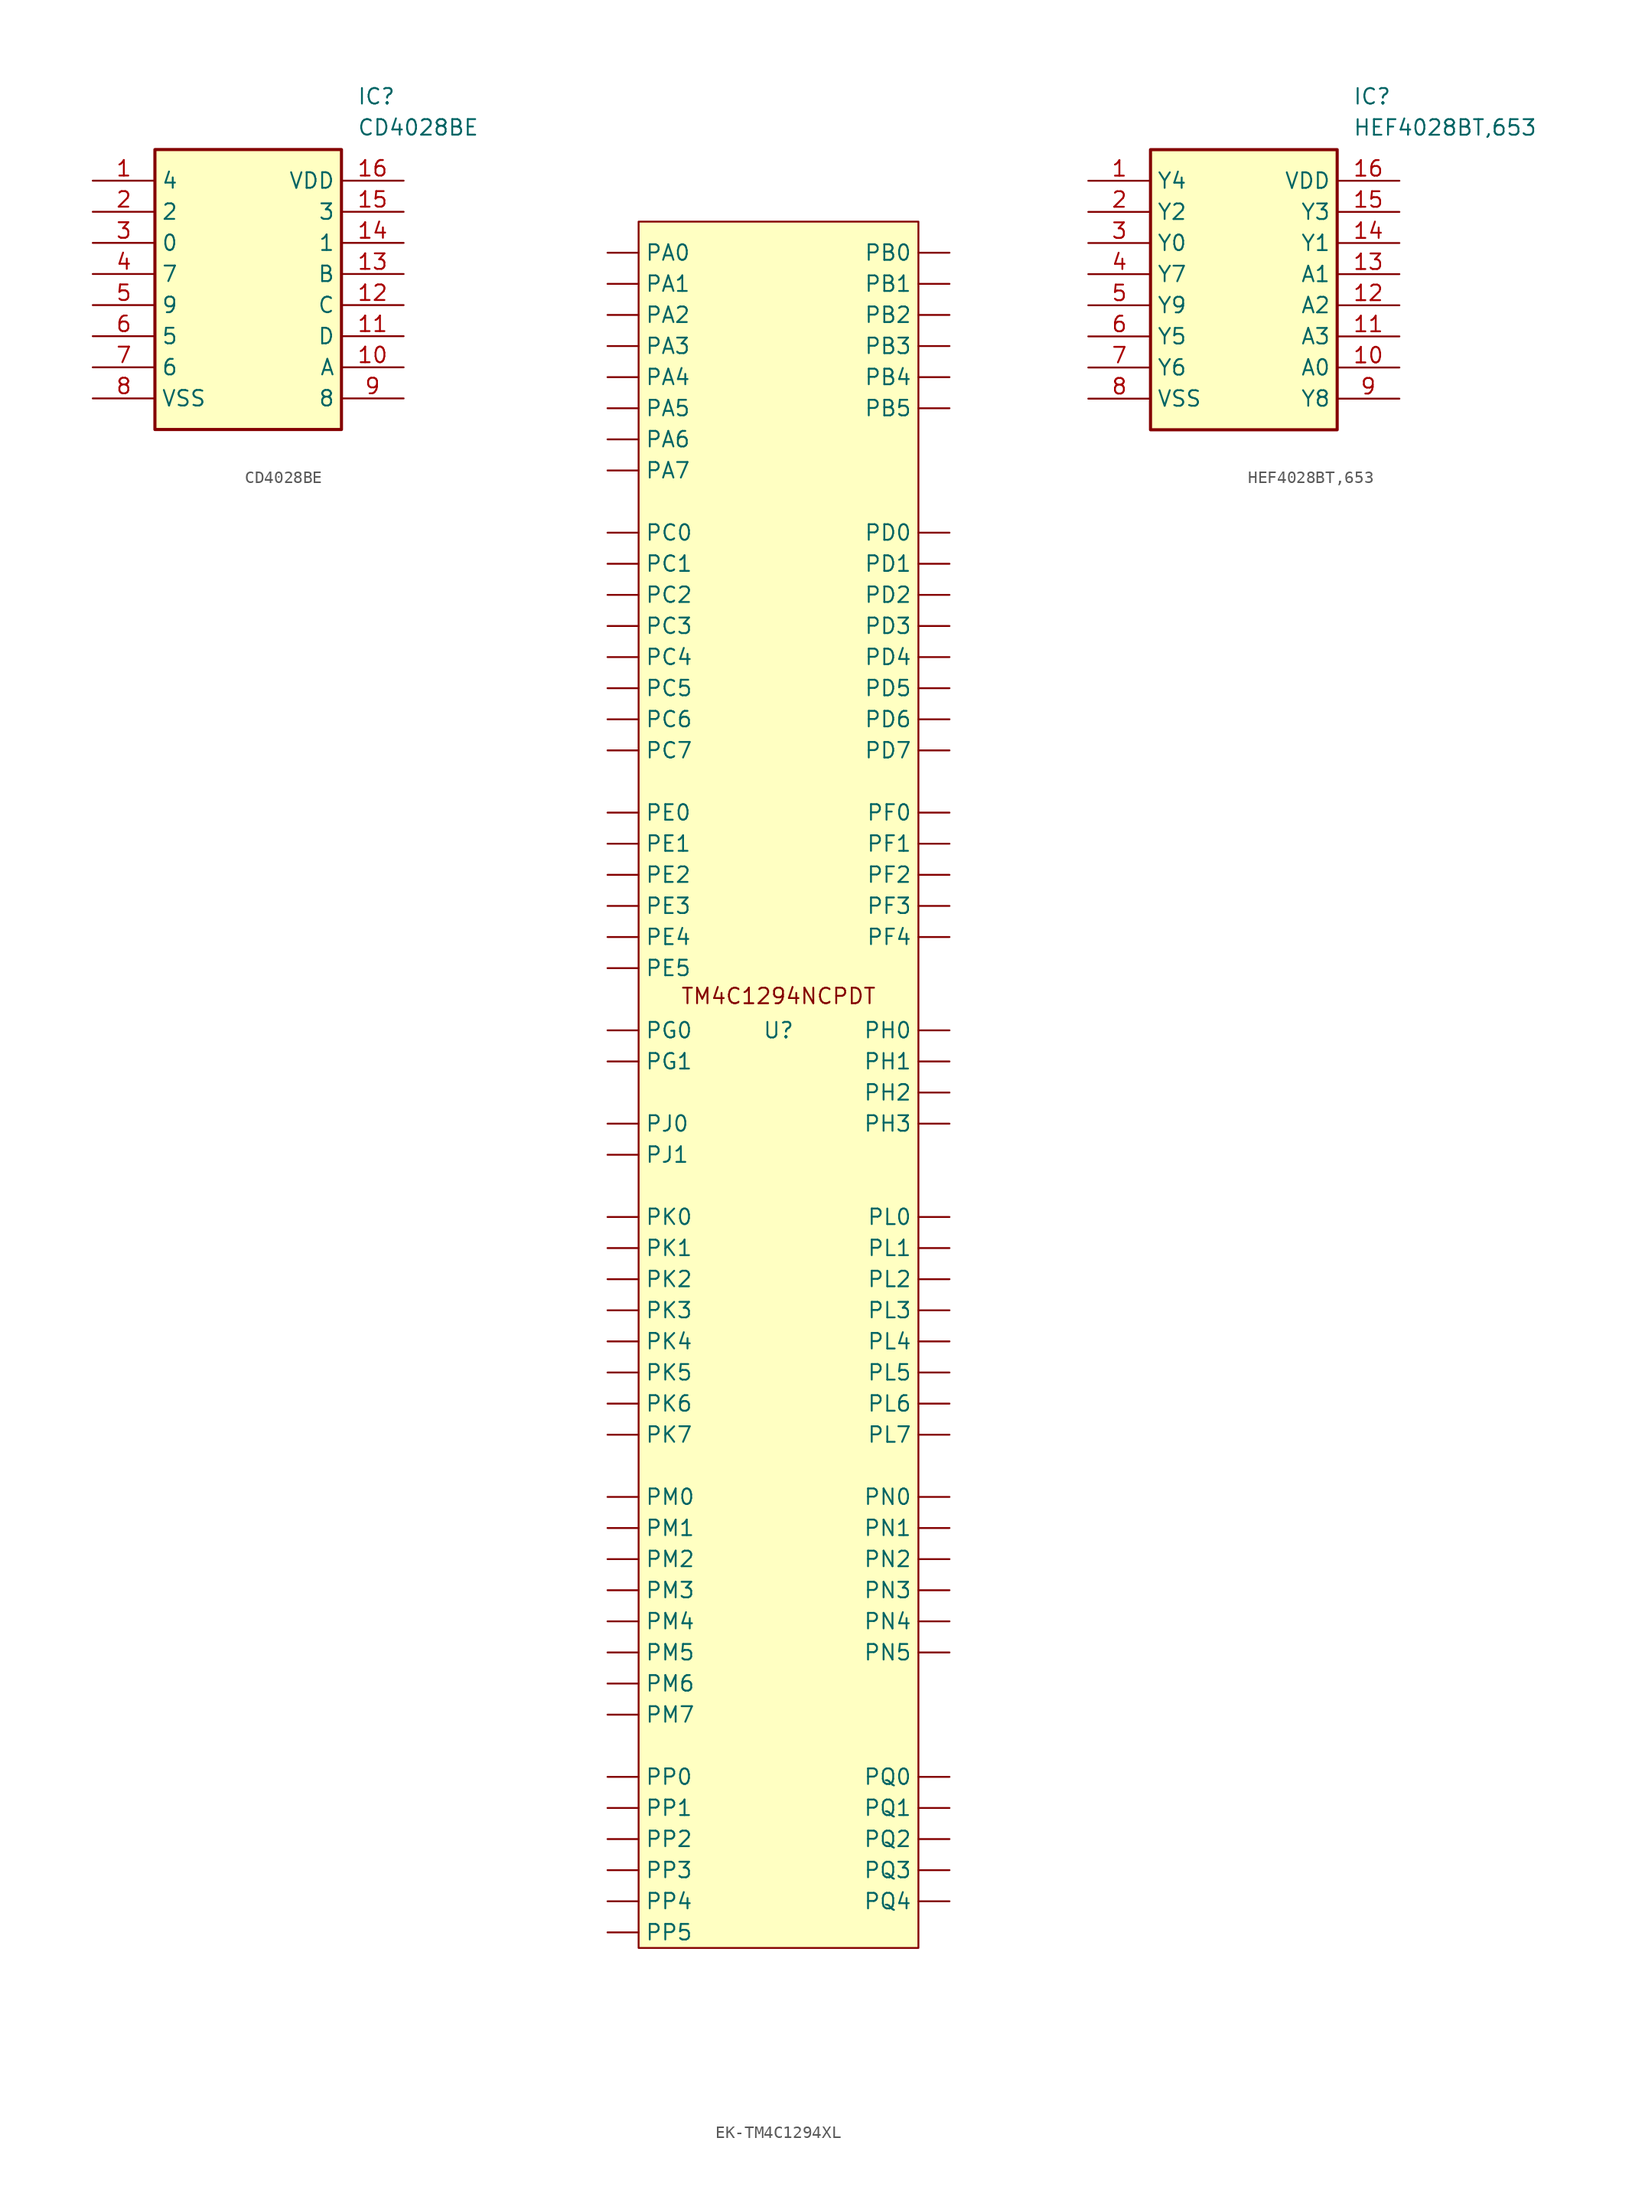
<source format=kicad_sym>
(kicad_symbol_lib
  (version 20231120)
  (generator "kicad_symbol_editor")
  (generator_version "8.0")
  (symbol "CD4028BE"
    (property "Reference" "IC"
      (at 21.59 7.62 0)
      (effects (font (size 1.27 1.27)) (justify left top)))
    (property "Value" "CD4028BE"
      (at 21.59 5.08 0)
      (effects (font (size 1.27 1.27)) (justify left top)))
    (symbol "CD4028BE_1_1"
      (rectangle (start 5.08 2.54) (end 20.32 -20.32) (stroke (width 0.254) (type default)) (fill (type background)))
      (pin passive line (at 0 0 0) (length 5.08) (name "4" (effects (font (size 1.27 1.27)))) (number "1" (effects (font (size 1.27 1.27)))))
      (pin passive line (at 25.4 -15.24 180) (length 5.08) (name "A" (effects (font (size 1.27 1.27)))) (number "10" (effects (font (size 1.27 1.27)))))
      (pin passive line (at 25.4 -12.7 180) (length 5.08) (name "D" (effects (font (size 1.27 1.27)))) (number "11" (effects (font (size 1.27 1.27)))))
      (pin passive line (at 25.4 -10.16 180) (length 5.08) (name "C" (effects (font (size 1.27 1.27)))) (number "12" (effects (font (size 1.27 1.27)))))
      (pin passive line (at 25.4 -7.62 180) (length 5.08) (name "B" (effects (font (size 1.27 1.27)))) (number "13" (effects (font (size 1.27 1.27)))))
      (pin passive line (at 25.4 -5.08 180) (length 5.08) (name "1" (effects (font (size 1.27 1.27)))) (number "14" (effects (font (size 1.27 1.27)))))
      (pin passive line (at 25.4 -2.54 180) (length 5.08) (name "3" (effects (font (size 1.27 1.27)))) (number "15" (effects (font (size 1.27 1.27)))))
      (pin passive line (at 25.4 0 180) (length 5.08) (name "VDD" (effects (font (size 1.27 1.27)))) (number "16" (effects (font (size 1.27 1.27)))))
      (pin passive line (at 0 -2.54 0) (length 5.08) (name "2" (effects (font (size 1.27 1.27)))) (number "2" (effects (font (size 1.27 1.27)))))
      (pin passive line (at 0 -5.08 0) (length 5.08) (name "0" (effects (font (size 1.27 1.27)))) (number "3" (effects (font (size 1.27 1.27)))))
      (pin passive line (at 0 -7.62 0) (length 5.08) (name "7" (effects (font (size 1.27 1.27)))) (number "4" (effects (font (size 1.27 1.27)))))
      (pin passive line (at 0 -10.16 0) (length 5.08) (name "9" (effects (font (size 1.27 1.27)))) (number "5" (effects (font (size 1.27 1.27)))))
      (pin passive line (at 0 -12.7 0) (length 5.08) (name "5" (effects (font (size 1.27 1.27)))) (number "6" (effects (font (size 1.27 1.27)))))
      (pin passive line (at 0 -15.24 0) (length 5.08) (name "6" (effects (font (size 1.27 1.27)))) (number "7" (effects (font (size 1.27 1.27)))))
      (pin passive line (at 0 -17.78 0) (length 5.08) (name "VSS" (effects (font (size 1.27 1.27)))) (number "8" (effects (font (size 1.27 1.27)))))
      (pin passive line (at 25.4 -17.78 180) (length 5.08) (name "8" (effects (font (size 1.27 1.27)))) (number "9" (effects (font (size 1.27 1.27)))))))
  (symbol "EK-TM4C1294XL"
    (pin_numbers hide)
    (property "Reference" "U"
      (at 0 -2.54 0)
      (effects (font (size 1.27 1.27))))
    (property "Value" ""
      (at 1.27 0 0)
      (effects (font (size 1.27 1.27))))
    (symbol "EK-TM4C1294XL_1_1"
      (rectangle (start -11.43 63.5) (end 11.43 -77.47) (stroke (width 0) (type default)) (fill (type background)))
      (text "TM4C1294NCPDT" (at 0 0.254 0) (effects (font (size 1.27 1.27))))
      (pin bidirectional line (at 13.97 38.1 180) (length 2.54) (name "PD0" (effects (font (size 1.27 1.27)))) (number "1" (effects (font (size 1.27 1.27)))))
      (pin bidirectional line (at -13.97 38.1 0) (length 2.54) (name "PC0" (effects (font (size 1.27 1.27)))) (number "100" (effects (font (size 1.27 1.27)))))
      (pin bidirectional line (at 13.97 -73.66 180) (length 2.54) (name "PQ4" (effects (font (size 1.27 1.27)))) (number "102" (effects (font (size 1.27 1.27)))))
      (pin bidirectional line (at -13.97 -68.58 0) (length 2.54) (name "PP2" (effects (font (size 1.27 1.27)))) (number "103" (effects (font (size 1.27 1.27)))))
      (pin bidirectional line (at -13.97 -71.12 0) (length 2.54) (name "PP3" (effects (font (size 1.27 1.27)))) (number "104" (effects (font (size 1.27 1.27)))))
      (pin bidirectional line (at -13.97 -73.66 0) (length 2.54) (name "PP4" (effects (font (size 1.27 1.27)))) (number "105" (effects (font (size 1.27 1.27)))))
      (pin bidirectional line (at -13.97 -76.2 0) (length 2.54) (name "PP5" (effects (font (size 1.27 1.27)))) (number "106" (effects (font (size 1.27 1.27)))))
      (pin bidirectional line (at 13.97 -40.64 180) (length 2.54) (name "PN0" (effects (font (size 1.27 1.27)))) (number "107" (effects (font (size 1.27 1.27)))))
      (pin bidirectional line (at 13.97 -43.18 180) (length 2.54) (name "PN1" (effects (font (size 1.27 1.27)))) (number "108" (effects (font (size 1.27 1.27)))))
      (pin bidirectional line (at 13.97 -45.72 180) (length 2.54) (name "PN2" (effects (font (size 1.27 1.27)))) (number "109" (effects (font (size 1.27 1.27)))))
      (pin bidirectional line (at 13.97 -68.58 180) (length 2.54) (name "PQ2" (effects (font (size 1.27 1.27)))) (number "11" (effects (font (size 1.27 1.27)))))
      (pin bidirectional line (at 13.97 -48.26 180) (length 2.54) (name "PN3" (effects (font (size 1.27 1.27)))) (number "110" (effects (font (size 1.27 1.27)))))
      (pin bidirectional line (at 13.97 -50.8 180) (length 2.54) (name "PN4" (effects (font (size 1.27 1.27)))) (number "111" (effects (font (size 1.27 1.27)))))
      (pin bidirectional line (at 13.97 -53.34 180) (length 2.54) (name "PN5" (effects (font (size 1.27 1.27)))) (number "112" (effects (font (size 1.27 1.27)))))
      (pin bidirectional line (at -13.97 -10.16 0) (length 2.54) (name "PJ0" (effects (font (size 1.27 1.27)))) (number "116" (effects (font (size 1.27 1.27)))))
      (pin bidirectional line (at -13.97 -12.7 0) (length 2.54) (name "PJ1" (effects (font (size 1.27 1.27)))) (number "117" (effects (font (size 1.27 1.27)))))
      (pin bidirectional line (at -13.97 -63.5 0) (length 2.54) (name "PP0" (effects (font (size 1.27 1.27)))) (number "118" (effects (font (size 1.27 1.27)))))
      (pin bidirectional line (at -13.97 -66.04 0) (length 2.54) (name "PP1" (effects (font (size 1.27 1.27)))) (number "119" (effects (font (size 1.27 1.27)))))
      (pin bidirectional line (at -13.97 7.62 0) (length 2.54) (name "PE3" (effects (font (size 1.27 1.27)))) (number "12" (effects (font (size 1.27 1.27)))))
      (pin bidirectional line (at 13.97 48.26 180) (length 2.54) (name "PB5" (effects (font (size 1.27 1.27)))) (number "120" (effects (font (size 1.27 1.27)))))
      (pin bidirectional line (at 13.97 50.8 180) (length 2.54) (name "PB4" (effects (font (size 1.27 1.27)))) (number "121" (effects (font (size 1.27 1.27)))))
      (pin bidirectional line (at -13.97 5.08 0) (length 2.54) (name "PE4" (effects (font (size 1.27 1.27)))) (number "123" (effects (font (size 1.27 1.27)))))
      (pin bidirectional line (at -13.97 2.54 0) (length 2.54) (name "PE5" (effects (font (size 1.27 1.27)))) (number "124" (effects (font (size 1.27 1.27)))))
      (pin bidirectional line (at 13.97 27.94 180) (length 2.54) (name "PD4" (effects (font (size 1.27 1.27)))) (number "125" (effects (font (size 1.27 1.27)))))
      (pin bidirectional line (at 13.97 25.4 180) (length 2.54) (name "PD5" (effects (font (size 1.27 1.27)))) (number "126" (effects (font (size 1.27 1.27)))))
      (pin bidirectional line (at 13.97 22.86 180) (length 2.54) (name "PD6" (effects (font (size 1.27 1.27)))) (number "127" (effects (font (size 1.27 1.27)))))
      (pin bidirectional line (at 13.97 20.32 180) (length 2.54) (name "PD7" (effects (font (size 1.27 1.27)))) (number "128" (effects (font (size 1.27 1.27)))))
      (pin bidirectional line (at -13.97 10.16 0) (length 2.54) (name "PE2" (effects (font (size 1.27 1.27)))) (number "13" (effects (font (size 1.27 1.27)))))
      (pin bidirectional line (at -13.97 12.7 0) (length 2.54) (name "PE1" (effects (font (size 1.27 1.27)))) (number "14" (effects (font (size 1.27 1.27)))))
      (pin bidirectional line (at -13.97 15.24 0) (length 2.54) (name "PE0" (effects (font (size 1.27 1.27)))) (number "15" (effects (font (size 1.27 1.27)))))
      (pin bidirectional line (at -13.97 -17.78 0) (length 2.54) (name "PK0" (effects (font (size 1.27 1.27)))) (number "18" (effects (font (size 1.27 1.27)))))
      (pin bidirectional line (at -13.97 -20.32 0) (length 2.54) (name "PK1" (effects (font (size 1.27 1.27)))) (number "19" (effects (font (size 1.27 1.27)))))
      (pin bidirectional line (at 13.97 35.56 180) (length 2.54) (name "PD1" (effects (font (size 1.27 1.27)))) (number "2" (effects (font (size 1.27 1.27)))))
      (pin bidirectional line (at -13.97 -22.86 0) (length 2.54) (name "PK2" (effects (font (size 1.27 1.27)))) (number "20" (effects (font (size 1.27 1.27)))))
      (pin bidirectional line (at -13.97 -25.4 0) (length 2.54) (name "PK3" (effects (font (size 1.27 1.27)))) (number "21" (effects (font (size 1.27 1.27)))))
      (pin bidirectional line (at -13.97 20.32 0) (length 2.54) (name "PC7" (effects (font (size 1.27 1.27)))) (number "22" (effects (font (size 1.27 1.27)))))
      (pin bidirectional line (at -13.97 22.86 0) (length 2.54) (name "PC6" (effects (font (size 1.27 1.27)))) (number "23" (effects (font (size 1.27 1.27)))))
      (pin bidirectional line (at -13.97 25.4 0) (length 2.54) (name "PC5" (effects (font (size 1.27 1.27)))) (number "24" (effects (font (size 1.27 1.27)))))
      (pin bidirectional line (at -13.97 27.94 0) (length 2.54) (name "PC4" (effects (font (size 1.27 1.27)))) (number "25" (effects (font (size 1.27 1.27)))))
      (pin bidirectional line (at 13.97 -71.12 180) (length 2.54) (name "PQ3" (effects (font (size 1.27 1.27)))) (number "27" (effects (font (size 1.27 1.27)))))
      (pin bidirectional line (at 13.97 -2.54 180) (length 2.54) (name "PH0" (effects (font (size 1.27 1.27)))) (number "29" (effects (font (size 1.27 1.27)))))
      (pin bidirectional line (at 13.97 33.02 180) (length 2.54) (name "PD2" (effects (font (size 1.27 1.27)))) (number "3" (effects (font (size 1.27 1.27)))))
      (pin bidirectional line (at 13.97 -5.08 180) (length 2.54) (name "PH1" (effects (font (size 1.27 1.27)))) (number "30" (effects (font (size 1.27 1.27)))))
      (pin bidirectional line (at 13.97 -7.62 180) (length 2.54) (name "PH2" (effects (font (size 1.27 1.27)))) (number "31" (effects (font (size 1.27 1.27)))))
      (pin bidirectional line (at 13.97 -10.16 180) (length 2.54) (name "PH3" (effects (font (size 1.27 1.27)))) (number "32" (effects (font (size 1.27 1.27)))))
      (pin bidirectional line (at -13.97 60.96 0) (length 2.54) (name "PA0" (effects (font (size 1.27 1.27)))) (number "33" (effects (font (size 1.27 1.27)))))
      (pin bidirectional line (at -13.97 58.42 0) (length 2.54) (name "PA1" (effects (font (size 1.27 1.27)))) (number "34" (effects (font (size 1.27 1.27)))))
      (pin bidirectional line (at -13.97 55.88 0) (length 2.54) (name "PA2" (effects (font (size 1.27 1.27)))) (number "35" (effects (font (size 1.27 1.27)))))
      (pin bidirectional line (at -13.97 53.34 0) (length 2.54) (name "PA3" (effects (font (size 1.27 1.27)))) (number "36" (effects (font (size 1.27 1.27)))))
      (pin bidirectional line (at -13.97 50.8 0) (length 2.54) (name "PA4" (effects (font (size 1.27 1.27)))) (number "37" (effects (font (size 1.27 1.27)))))
      (pin bidirectional line (at -13.97 48.26 0) (length 2.54) (name "PA5" (effects (font (size 1.27 1.27)))) (number "38" (effects (font (size 1.27 1.27)))))
      (pin bidirectional line (at 13.97 30.48 180) (length 2.54) (name "PD3" (effects (font (size 1.27 1.27)))) (number "4" (effects (font (size 1.27 1.27)))))
      (pin bidirectional line (at -13.97 45.72 0) (length 2.54) (name "PA6" (effects (font (size 1.27 1.27)))) (number "40" (effects (font (size 1.27 1.27)))))
      (pin bidirectional line (at -13.97 43.18 0) (length 2.54) (name "PA7" (effects (font (size 1.27 1.27)))) (number "41" (effects (font (size 1.27 1.27)))))
      (pin bidirectional line (at 13.97 15.24 180) (length 2.54) (name "PF0" (effects (font (size 1.27 1.27)))) (number "42" (effects (font (size 1.27 1.27)))))
      (pin bidirectional line (at 13.97 12.7 180) (length 2.54) (name "PF1" (effects (font (size 1.27 1.27)))) (number "43" (effects (font (size 1.27 1.27)))))
      (pin bidirectional line (at 13.97 10.16 180) (length 2.54) (name "PF2" (effects (font (size 1.27 1.27)))) (number "44" (effects (font (size 1.27 1.27)))))
      (pin bidirectional line (at 13.97 7.62 180) (length 2.54) (name "PF3" (effects (font (size 1.27 1.27)))) (number "45" (effects (font (size 1.27 1.27)))))
      (pin bidirectional line (at 13.97 5.08 180) (length 2.54) (name "PF4" (effects (font (size 1.27 1.27)))) (number "46" (effects (font (size 1.27 1.27)))))
      (pin bidirectional line (at -13.97 -2.54 0) (length 2.54) (name "PG0" (effects (font (size 1.27 1.27)))) (number "49" (effects (font (size 1.27 1.27)))))
      (pin bidirectional line (at 13.97 -63.5 180) (length 2.54) (name "PQ0" (effects (font (size 1.27 1.27)))) (number "5" (effects (font (size 1.27 1.27)))))
      (pin bidirectional line (at -13.97 -5.08 0) (length 2.54) (name "PG1" (effects (font (size 1.27 1.27)))) (number "50" (effects (font (size 1.27 1.27)))))
      (pin bidirectional line (at 13.97 -66.04 180) (length 2.54) (name "PQ1" (effects (font (size 1.27 1.27)))) (number "6" (effects (font (size 1.27 1.27)))))
      (pin bidirectional line (at -13.97 -35.56 0) (length 2.54) (name "PK7" (effects (font (size 1.27 1.27)))) (number "60" (effects (font (size 1.27 1.27)))))
      (pin bidirectional line (at -13.97 -33.02 0) (length 2.54) (name "PK6" (effects (font (size 1.27 1.27)))) (number "61" (effects (font (size 1.27 1.27)))))
      (pin bidirectional line (at -13.97 -30.48 0) (length 2.54) (name "PK5" (effects (font (size 1.27 1.27)))) (number "62" (effects (font (size 1.27 1.27)))))
      (pin bidirectional line (at -13.97 -27.94 0) (length 2.54) (name "PK4" (effects (font (size 1.27 1.27)))) (number "63" (effects (font (size 1.27 1.27)))))
      (pin bidirectional line (at -13.97 -58.42 0) (length 2.54) (name "PM7" (effects (font (size 1.27 1.27)))) (number "71" (effects (font (size 1.27 1.27)))))
      (pin bidirectional line (at -13.97 -55.88 0) (length 2.54) (name "PM6" (effects (font (size 1.27 1.27)))) (number "72" (effects (font (size 1.27 1.27)))))
      (pin bidirectional line (at -13.97 -53.34 0) (length 2.54) (name "PM5" (effects (font (size 1.27 1.27)))) (number "73" (effects (font (size 1.27 1.27)))))
      (pin bidirectional line (at -13.97 -50.8 0) (length 2.54) (name "PM4" (effects (font (size 1.27 1.27)))) (number "74" (effects (font (size 1.27 1.27)))))
      (pin bidirectional line (at -13.97 -48.26 0) (length 2.54) (name "PM3" (effects (font (size 1.27 1.27)))) (number "75" (effects (font (size 1.27 1.27)))))
      (pin bidirectional line (at -13.97 -45.72 0) (length 2.54) (name "PM2" (effects (font (size 1.27 1.27)))) (number "76" (effects (font (size 1.27 1.27)))))
      (pin bidirectional line (at -13.97 -43.18 0) (length 2.54) (name "PM1" (effects (font (size 1.27 1.27)))) (number "77" (effects (font (size 1.27 1.27)))))
      (pin bidirectional line (at -13.97 -40.64 0) (length 2.54) (name "PM0" (effects (font (size 1.27 1.27)))) (number "78" (effects (font (size 1.27 1.27)))))
      (pin bidirectional line (at 13.97 -17.78 180) (length 2.54) (name "PL0" (effects (font (size 1.27 1.27)))) (number "81" (effects (font (size 1.27 1.27)))))
      (pin bidirectional line (at 13.97 -20.32 180) (length 2.54) (name "PL1" (effects (font (size 1.27 1.27)))) (number "82" (effects (font (size 1.27 1.27)))))
      (pin bidirectional line (at 13.97 -22.86 180) (length 2.54) (name "PL2" (effects (font (size 1.27 1.27)))) (number "83" (effects (font (size 1.27 1.27)))))
      (pin bidirectional line (at 13.97 -25.4 180) (length 2.54) (name "PL3" (effects (font (size 1.27 1.27)))) (number "84" (effects (font (size 1.27 1.27)))))
      (pin bidirectional line (at 13.97 -27.94 180) (length 2.54) (name "PL4" (effects (font (size 1.27 1.27)))) (number "85" (effects (font (size 1.27 1.27)))))
      (pin bidirectional line (at 13.97 -30.48 180) (length 2.54) (name "PL5" (effects (font (size 1.27 1.27)))) (number "86" (effects (font (size 1.27 1.27)))))
      (pin bidirectional line (at 13.97 55.88 180) (length 2.54) (name "PB2" (effects (font (size 1.27 1.27)))) (number "91" (effects (font (size 1.27 1.27)))))
      (pin bidirectional line (at 13.97 53.34 180) (length 2.54) (name "PB3" (effects (font (size 1.27 1.27)))) (number "92" (effects (font (size 1.27 1.27)))))
      (pin bidirectional line (at 13.97 -35.56 180) (length 2.54) (name "PL7" (effects (font (size 1.27 1.27)))) (number "93" (effects (font (size 1.27 1.27)))))
      (pin bidirectional line (at 13.97 -33.02 180) (length 2.54) (name "PL6" (effects (font (size 1.27 1.27)))) (number "94" (effects (font (size 1.27 1.27)))))
      (pin bidirectional line (at 13.97 60.96 180) (length 2.54) (name "PB0" (effects (font (size 1.27 1.27)))) (number "95" (effects (font (size 1.27 1.27)))))
      (pin bidirectional line (at 13.97 58.42 180) (length 2.54) (name "PB1" (effects (font (size 1.27 1.27)))) (number "96" (effects (font (size 1.27 1.27)))))
      (pin bidirectional line (at -13.97 30.48 0) (length 2.54) (name "PC3" (effects (font (size 1.27 1.27)))) (number "97" (effects (font (size 1.27 1.27)))))
      (pin bidirectional line (at -13.97 33.02 0) (length 2.54) (name "PC2" (effects (font (size 1.27 1.27)))) (number "98" (effects (font (size 1.27 1.27)))))
      (pin bidirectional line (at -13.97 35.56 0) (length 2.54) (name "PC1" (effects (font (size 1.27 1.27)))) (number "99" (effects (font (size 1.27 1.27)))))))
  (symbol "HEF4028BT,653"
    (property "Reference" "IC"
      (at 21.59 7.62 0)
      (effects (font (size 1.27 1.27)) (justify left top)))
    (property "Value" "HEF4028BT,653"
      (at 21.59 5.08 0)
      (effects (font (size 1.27 1.27)) (justify left top)))
    (symbol "HEF4028BT,653_1_1"
      (rectangle (start 5.08 2.54) (end 20.32 -20.32) (stroke (width 0.254) (type default)) (fill (type background)))
      (pin passive line (at 0 0 0) (length 5.08) (name "Y4" (effects (font (size 1.27 1.27)))) (number "1" (effects (font (size 1.27 1.27)))))
      (pin passive line (at 25.4 -15.24 180) (length 5.08) (name "A0" (effects (font (size 1.27 1.27)))) (number "10" (effects (font (size 1.27 1.27)))))
      (pin passive line (at 25.4 -12.7 180) (length 5.08) (name "A3" (effects (font (size 1.27 1.27)))) (number "11" (effects (font (size 1.27 1.27)))))
      (pin passive line (at 25.4 -10.16 180) (length 5.08) (name "A2" (effects (font (size 1.27 1.27)))) (number "12" (effects (font (size 1.27 1.27)))))
      (pin passive line (at 25.4 -7.62 180) (length 5.08) (name "A1" (effects (font (size 1.27 1.27)))) (number "13" (effects (font (size 1.27 1.27)))))
      (pin passive line (at 25.4 -5.08 180) (length 5.08) (name "Y1" (effects (font (size 1.27 1.27)))) (number "14" (effects (font (size 1.27 1.27)))))
      (pin passive line (at 25.4 -2.54 180) (length 5.08) (name "Y3" (effects (font (size 1.27 1.27)))) (number "15" (effects (font (size 1.27 1.27)))))
      (pin passive line (at 25.4 0 180) (length 5.08) (name "VDD" (effects (font (size 1.27 1.27)))) (number "16" (effects (font (size 1.27 1.27)))))
      (pin passive line (at 0 -2.54 0) (length 5.08) (name "Y2" (effects (font (size 1.27 1.27)))) (number "2" (effects (font (size 1.27 1.27)))))
      (pin passive line (at 0 -5.08 0) (length 5.08) (name "Y0" (effects (font (size 1.27 1.27)))) (number "3" (effects (font (size 1.27 1.27)))))
      (pin passive line (at 0 -7.62 0) (length 5.08) (name "Y7" (effects (font (size 1.27 1.27)))) (number "4" (effects (font (size 1.27 1.27)))))
      (pin passive line (at 0 -10.16 0) (length 5.08) (name "Y9" (effects (font (size 1.27 1.27)))) (number "5" (effects (font (size 1.27 1.27)))))
      (pin passive line (at 0 -12.7 0) (length 5.08) (name "Y5" (effects (font (size 1.27 1.27)))) (number "6" (effects (font (size 1.27 1.27)))))
      (pin passive line (at 0 -15.24 0) (length 5.08) (name "Y6" (effects (font (size 1.27 1.27)))) (number "7" (effects (font (size 1.27 1.27)))))
      (pin passive line (at 0 -17.78 0) (length 5.08) (name "VSS" (effects (font (size 1.27 1.27)))) (number "8" (effects (font (size 1.27 1.27)))))
      (pin passive line (at 25.4 -17.78 180) (length 5.08) (name "Y8" (effects (font (size 1.27 1.27)))) (number "9" (effects (font (size 1.27 1.27))))))))
</source>
